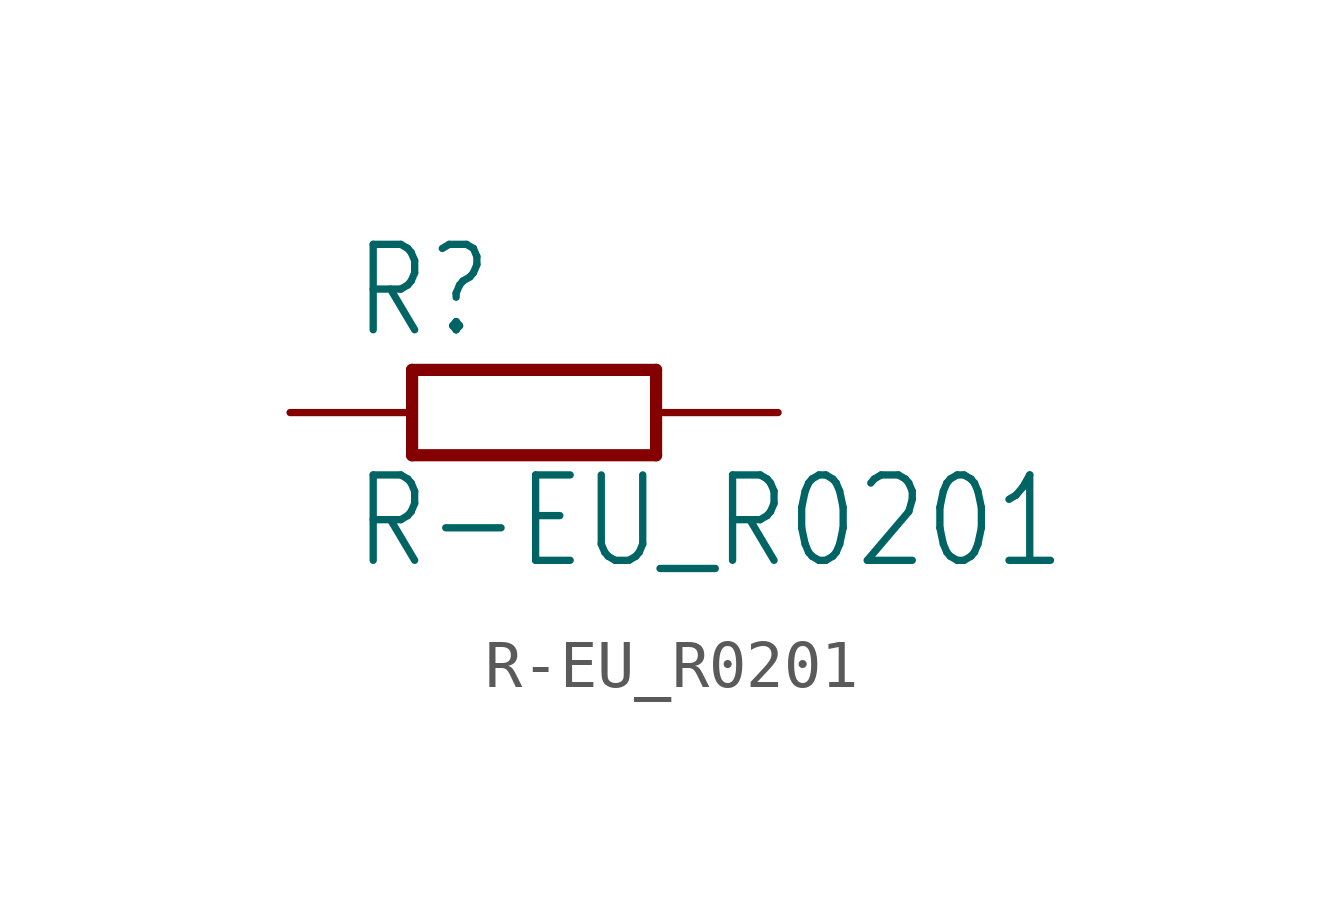
<source format=kicad_sym>
(kicad_symbol_lib
  (version 20231120)
  (generator "kicad_symbol_editor")
  (generator_version "8.0")
  (symbol "R-EU_R0201"
    (property "Reference" "R"
      (at -3.81 1.499 0)
      (effects (font (size 1.778 1.511)) (justify left bottom)))
    (property "Value" "R-EU_R0201"
      (at -3.81 -3.302 0)
      (effects (font (size 1.778 1.511)) (justify left bottom)))
    (property "ki_locked" ""
      (at 0 0 0)
      (effects (font (size 1.27 1.27))))
    (symbol "R-EU_R0201_1_0"
      (polyline (pts (xy -2.54 -0.889) (xy -2.54 0.889)) (stroke (width 0.254) (type default)) (fill (type none)))
      (polyline (pts (xy -2.54 -0.889) (xy 2.54 -0.889)) (stroke (width 0.254) (type default)) (fill (type none)))
      (polyline (pts (xy 2.54 -0.889) (xy 2.54 0.889)) (stroke (width 0.254) (type default)) (fill (type none)))
      (polyline (pts (xy 2.54 0.889) (xy -2.54 0.889)) (stroke (width 0.254) (type default)) (fill (type none)))
      (pin passive line (at -5.08 0 0) (length 2.54) (name "1" (effects (font (size 0 0)))) (number "1" (effects (font (size 0 0)))))
      (pin passive line (at 5.08 0 180) (length 2.54) (name "2" (effects (font (size 0 0)))) (number "2" (effects (font (size 0 0))))))))
</source>
